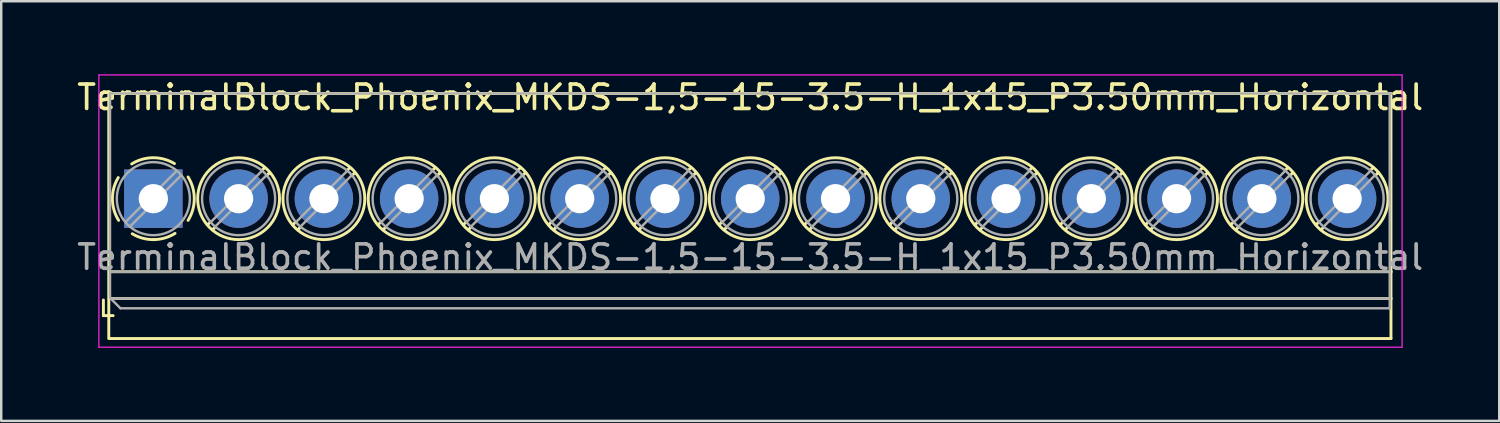
<source format=kicad_pcb>
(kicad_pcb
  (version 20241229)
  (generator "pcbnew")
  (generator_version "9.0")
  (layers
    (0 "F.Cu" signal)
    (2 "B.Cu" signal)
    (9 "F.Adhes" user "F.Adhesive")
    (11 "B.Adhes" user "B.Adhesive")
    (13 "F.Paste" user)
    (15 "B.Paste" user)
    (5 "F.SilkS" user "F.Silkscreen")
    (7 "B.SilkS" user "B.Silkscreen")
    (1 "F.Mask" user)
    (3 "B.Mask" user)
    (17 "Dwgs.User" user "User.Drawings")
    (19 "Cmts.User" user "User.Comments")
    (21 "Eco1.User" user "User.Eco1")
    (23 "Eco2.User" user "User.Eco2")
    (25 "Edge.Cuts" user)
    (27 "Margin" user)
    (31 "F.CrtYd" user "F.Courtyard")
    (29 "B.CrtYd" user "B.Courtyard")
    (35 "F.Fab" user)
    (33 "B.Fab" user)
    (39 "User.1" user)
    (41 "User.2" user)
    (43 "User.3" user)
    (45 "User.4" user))
  (footprint "TerminalBlock_Phoenix_MKDS-1,5-15-3.5-H_1x15_P3.50mm_Horizontal"
    (layer "F.Cu")
    (at 3.244 5.105)
    (property "Reference" "TerminalBlock_Phoenix_MKDS-1,5-15-3.5-H_1x15_P3.50mm_Horizontal" (at 24.5 -4.16 0) (layer "F.SilkS") (effects (font (size 1 1) (thickness 0.15))))
    (attr through_hole)
    (fp_line (start -2.05 4.16) (end -2.05 4.8) (stroke (width 0.12) (type solid)) (layer "F.SilkS"))
    (fp_line (start -2.05 4.8) (end -1.65 4.8) (stroke (width 0.12) (type solid)) (layer "F.SilkS"))
    (fp_line (start -1.829 -4.318) (end -1.829 5.74) (stroke (width 0.12) (type solid)) (layer "F.SilkS"))
    (fp_line (start -1.81 -4.318) (end 50.8 -4.318) (stroke (width 0.12) (type solid)) (layer "F.SilkS"))
    (fp_line (start -1.81 3) (end 50.81 3) (stroke (width 0.12) (type solid)) (layer "F.SilkS"))
    (fp_line (start -1.81 4.1) (end 50.81 4.1) (stroke (width 0.12) (type solid)) (layer "F.SilkS"))
    (fp_line (start -1.81 5.74) (end 50.8 5.74) (stroke (width 0.12) (type solid)) (layer "F.SilkS"))
    (fp_line (start 2.355 0.941) (end 2.226 1.069) (stroke (width 0.12) (type solid)) (layer "F.SilkS"))
    (fp_line (start 2.525 1.181) (end 2.431 1.274) (stroke (width 0.12) (type solid)) (layer "F.SilkS"))
    (fp_line (start 4.57 -1.275) (end 4.476 -1.181) (stroke (width 0.12) (type solid)) (layer "F.SilkS"))
    (fp_line (start 4.775 -1.069) (end 4.646 -0.941) (stroke (width 0.12) (type solid)) (layer "F.SilkS"))
    (fp_line (start 5.855 0.941) (end 5.726 1.069) (stroke (width 0.12) (type solid)) (layer "F.SilkS"))
    (fp_line (start 6.025 1.181) (end 5.931 1.274) (stroke (width 0.12) (type solid)) (layer "F.SilkS"))
    (fp_line (start 8.07 -1.275) (end 7.976 -1.181) (stroke (width 0.12) (type solid)) (layer "F.SilkS"))
    (fp_line (start 8.275 -1.069) (end 8.146 -0.941) (stroke (width 0.12) (type solid)) (layer "F.SilkS"))
    (fp_line (start 9.355 0.941) (end 9.226 1.069) (stroke (width 0.12) (type solid)) (layer "F.SilkS"))
    (fp_line (start 9.525 1.181) (end 9.431 1.274) (stroke (width 0.12) (type solid)) (layer "F.SilkS"))
    (fp_line (start 11.57 -1.275) (end 11.476 -1.181) (stroke (width 0.12) (type solid)) (layer "F.SilkS"))
    (fp_line (start 11.775 -1.069) (end 11.646 -0.941) (stroke (width 0.12) (type solid)) (layer "F.SilkS"))
    (fp_line (start 12.855 0.941) (end 12.726 1.069) (stroke (width 0.12) (type solid)) (layer "F.SilkS"))
    (fp_line (start 13.025 1.181) (end 12.931 1.274) (stroke (width 0.12) (type solid)) (layer "F.SilkS"))
    (fp_line (start 15.07 -1.275) (end 14.976 -1.181) (stroke (width 0.12) (type solid)) (layer "F.SilkS"))
    (fp_line (start 15.275 -1.069) (end 15.146 -0.941) (stroke (width 0.12) (type solid)) (layer "F.SilkS"))
    (fp_line (start 16.355 0.941) (end 16.226 1.069) (stroke (width 0.12) (type solid)) (layer "F.SilkS"))
    (fp_line (start 16.525 1.181) (end 16.431 1.274) (stroke (width 0.12) (type solid)) (layer "F.SilkS"))
    (fp_line (start 18.57 -1.275) (end 18.476 -1.181) (stroke (width 0.12) (type solid)) (layer "F.SilkS"))
    (fp_line (start 18.775 -1.069) (end 18.646 -0.941) (stroke (width 0.12) (type solid)) (layer "F.SilkS"))
    (fp_line (start 19.855 0.941) (end 19.726 1.069) (stroke (width 0.12) (type solid)) (layer "F.SilkS"))
    (fp_line (start 20.025 1.181) (end 19.931 1.274) (stroke (width 0.12) (type solid)) (layer "F.SilkS"))
    (fp_line (start 22.07 -1.275) (end 21.976 -1.181) (stroke (width 0.12) (type solid)) (layer "F.SilkS"))
    (fp_line (start 22.275 -1.069) (end 22.146 -0.941) (stroke (width 0.12) (type solid)) (layer "F.SilkS"))
    (fp_line (start 23.355 0.941) (end 23.226 1.069) (stroke (width 0.12) (type solid)) (layer "F.SilkS"))
    (fp_line (start 23.525 1.181) (end 23.431 1.274) (stroke (width 0.12) (type solid)) (layer "F.SilkS"))
    (fp_line (start 25.57 -1.275) (end 25.476 -1.181) (stroke (width 0.12) (type solid)) (layer "F.SilkS"))
    (fp_line (start 25.775 -1.069) (end 25.646 -0.941) (stroke (width 0.12) (type solid)) (layer "F.SilkS"))
    (fp_line (start 26.855 0.941) (end 26.726 1.069) (stroke (width 0.12) (type solid)) (layer "F.SilkS"))
    (fp_line (start 27.025 1.181) (end 26.931 1.274) (stroke (width 0.12) (type solid)) (layer "F.SilkS"))
    (fp_line (start 29.07 -1.275) (end 28.976 -1.181) (stroke (width 0.12) (type solid)) (layer "F.SilkS"))
    (fp_line (start 29.275 -1.069) (end 29.146 -0.941) (stroke (width 0.12) (type solid)) (layer "F.SilkS"))
    (fp_line (start 30.355 0.941) (end 30.226 1.069) (stroke (width 0.12) (type solid)) (layer "F.SilkS"))
    (fp_line (start 30.525 1.181) (end 30.431 1.274) (stroke (width 0.12) (type solid)) (layer "F.SilkS"))
    (fp_line (start 32.57 -1.275) (end 32.476 -1.181) (stroke (width 0.12) (type solid)) (layer "F.SilkS"))
    (fp_line (start 32.775 -1.069) (end 32.646 -0.941) (stroke (width 0.12) (type solid)) (layer "F.SilkS"))
    (fp_line (start 33.855 0.941) (end 33.726 1.069) (stroke (width 0.12) (type solid)) (layer "F.SilkS"))
    (fp_line (start 34.025 1.181) (end 33.931 1.274) (stroke (width 0.12) (type solid)) (layer "F.SilkS"))
    (fp_line (start 36.07 -1.275) (end 35.976 -1.181) (stroke (width 0.12) (type solid)) (layer "F.SilkS"))
    (fp_line (start 36.275 -1.069) (end 36.146 -0.941) (stroke (width 0.12) (type solid)) (layer "F.SilkS"))
    (fp_line (start 37.355 0.941) (end 37.226 1.069) (stroke (width 0.12) (type solid)) (layer "F.SilkS"))
    (fp_line (start 37.525 1.181) (end 37.431 1.274) (stroke (width 0.12) (type solid)) (layer "F.SilkS"))
    (fp_line (start 39.57 -1.275) (end 39.476 -1.181) (stroke (width 0.12) (type solid)) (layer "F.SilkS"))
    (fp_line (start 39.775 -1.069) (end 39.646 -0.941) (stroke (width 0.12) (type solid)) (layer "F.SilkS"))
    (fp_line (start 40.855 0.941) (end 40.726 1.069) (stroke (width 0.12) (type solid)) (layer "F.SilkS"))
    (fp_line (start 41.025 1.181) (end 40.931 1.274) (stroke (width 0.12) (type solid)) (layer "F.SilkS"))
    (fp_line (start 43.07 -1.275) (end 42.976 -1.181) (stroke (width 0.12) (type solid)) (layer "F.SilkS"))
    (fp_line (start 43.275 -1.069) (end 43.146 -0.941) (stroke (width 0.12) (type solid)) (layer "F.SilkS"))
    (fp_line (start 44.355 0.941) (end 44.226 1.069) (stroke (width 0.12) (type solid)) (layer "F.SilkS"))
    (fp_line (start 44.525 1.181) (end 44.431 1.274) (stroke (width 0.12) (type solid)) (layer "F.SilkS"))
    (fp_line (start 46.57 -1.275) (end 46.476 -1.181) (stroke (width 0.12) (type solid)) (layer "F.SilkS"))
    (fp_line (start 46.775 -1.069) (end 46.646 -0.941) (stroke (width 0.12) (type solid)) (layer "F.SilkS"))
    (fp_line (start 47.855 0.941) (end 47.726 1.069) (stroke (width 0.12) (type solid)) (layer "F.SilkS"))
    (fp_line (start 48.025 1.181) (end 47.931 1.274) (stroke (width 0.12) (type solid)) (layer "F.SilkS"))
    (fp_line (start 50.07 -1.275) (end 49.976 -1.181) (stroke (width 0.12) (type solid)) (layer "F.SilkS"))
    (fp_line (start 50.275 -1.069) (end 50.146 -0.941) (stroke (width 0.12) (type solid)) (layer "F.SilkS"))
    (fp_line (start 50.8 -4.318) (end 50.8 5.74) (stroke (width 0.12) (type solid)) (layer "F.SilkS"))
    (fp_arc (start -1.425358 0.889894) (mid -1.680286 0.014012) (end -1.44 -0.866) (stroke (width 0.12) (type solid)) (layer "F.SilkS"))
    (fp_arc (start -0.889894 -1.425358) (mid -0.014012 -1.680286) (end 0.866 -1.44) (stroke (width 0.12) (type solid)) (layer "F.SilkS"))
    (fp_arc (start 0.028674 1.680099) (mid -0.435535 1.622918) (end -0.866 1.44) (stroke (width 0.12) (type solid)) (layer "F.SilkS"))
    (fp_arc (start 0.890264 1.424721) (mid 0.463071 1.61492) (end 0 1.68) (stroke (width 0.12) (type solid)) (layer "F.SilkS"))
    (fp_arc (start 1.425504 -0.890193) (mid 1.680626 0.000476) (end 1.425 0.891) (stroke (width 0.12) (type solid)) (layer "F.SilkS"))
    (fp_circle (center 3.5 0) (end 5.18 0) (stroke (width 0.12) (type solid)) (fill no) (layer "F.SilkS"))
    (fp_circle (center 7 0) (end 8.68 0) (stroke (width 0.12) (type solid)) (fill no) (layer "F.SilkS"))
    (fp_circle (center 10.5 0) (end 12.18 0) (stroke (width 0.12) (type solid)) (fill no) (layer "F.SilkS"))
    (fp_circle (center 14 0) (end 15.68 0) (stroke (width 0.12) (type solid)) (fill no) (layer "F.SilkS"))
    (fp_circle (center 17.5 0) (end 19.18 0) (stroke (width 0.12) (type solid)) (fill no) (layer "F.SilkS"))
    (fp_circle (center 21 0) (end 22.68 0) (stroke (width 0.12) (type solid)) (fill no) (layer "F.SilkS"))
    (fp_circle (center 24.5 0) (end 26.18 0) (stroke (width 0.12) (type solid)) (fill no) (layer "F.SilkS"))
    (fp_circle (center 28 0) (end 29.68 0) (stroke (width 0.12) (type solid)) (fill no) (layer "F.SilkS"))
    (fp_circle (center 31.5 0) (end 33.18 0) (stroke (width 0.12) (type solid)) (fill no) (layer "F.SilkS"))
    (fp_circle (center 35 0) (end 36.68 0) (stroke (width 0.12) (type solid)) (fill no) (layer "F.SilkS"))
    (fp_circle (center 38.5 0) (end 40.18 0) (stroke (width 0.12) (type solid)) (fill no) (layer "F.SilkS"))
    (fp_circle (center 42 0) (end 43.68 0) (stroke (width 0.12) (type solid)) (fill no) (layer "F.SilkS"))
    (fp_circle (center 45.5 0) (end 47.18 0) (stroke (width 0.12) (type solid)) (fill no) (layer "F.SilkS"))
    (fp_circle (center 49 0) (end 50.68 0) (stroke (width 0.12) (type solid)) (fill no) (layer "F.SilkS"))
    (fp_line (start -2.235 -5.08) (end -2.235 6.096) (stroke (width 0.05) (type solid)) (layer "F.CrtYd"))
    (fp_line (start -2.235 6.096) (end 51.25 6.096) (stroke (width 0.05) (type solid)) (layer "F.CrtYd"))
    (fp_line (start 51.25 -5.08) (end -2.235 -5.08) (stroke (width 0.05) (type solid)) (layer "F.CrtYd"))
    (fp_line (start 51.257 6.096) (end 51.257 -5.08) (stroke (width 0.05) (type solid)) (layer "F.CrtYd"))
    (fp_line (start -1.778 -4.318) (end 50.8 -4.318) (stroke (width 0.1) (type solid)) (layer "F.Fab"))
    (fp_line (start -1.778 4.064) (end -1.778 -4.318) (stroke (width 0.1) (type solid)) (layer "F.Fab"))
    (fp_line (start -1.75 3) (end 50.75 3) (stroke (width 0.1) (type solid)) (layer "F.Fab"))
    (fp_line (start -1.75 4.1) (end 50.75 4.1) (stroke (width 0.1) (type solid)) (layer "F.Fab"))
    (fp_line (start -1.35 4.5) (end -1.75 4.1) (stroke (width 0.1) (type solid)) (layer "F.Fab"))
    (fp_line (start 0.955 -1.138) (end -1.138 0.955) (stroke (width 0.1) (type solid)) (layer "F.Fab"))
    (fp_line (start 1.138 -0.955) (end -0.955 1.138) (stroke (width 0.1) (type solid)) (layer "F.Fab"))
    (fp_line (start 4.455 -1.138) (end 2.363 0.955) (stroke (width 0.1) (type solid)) (layer "F.Fab"))
    (fp_line (start 4.638 -0.955) (end 2.546 1.138) (stroke (width 0.1) (type solid)) (layer "F.Fab"))
    (fp_line (start 7.955 -1.138) (end 5.863 0.955) (stroke (width 0.1) (type solid)) (layer "F.Fab"))
    (fp_line (start 8.138 -0.955) (end 6.046 1.138) (stroke (width 0.1) (type solid)) (layer "F.Fab"))
    (fp_line (start 11.455 -1.138) (end 9.363 0.955) (stroke (width 0.1) (type solid)) (layer "F.Fab"))
    (fp_line (start 11.638 -0.955) (end 9.546 1.138) (stroke (width 0.1) (type solid)) (layer "F.Fab"))
    (fp_line (start 14.955 -1.138) (end 12.863 0.955) (stroke (width 0.1) (type solid)) (layer "F.Fab"))
    (fp_line (start 15.138 -0.955) (end 13.046 1.138) (stroke (width 0.1) (type solid)) (layer "F.Fab"))
    (fp_line (start 18.455 -1.138) (end 16.363 0.955) (stroke (width 0.1) (type solid)) (layer "F.Fab"))
    (fp_line (start 18.638 -0.955) (end 16.546 1.138) (stroke (width 0.1) (type solid)) (layer "F.Fab"))
    (fp_line (start 21.955 -1.138) (end 19.863 0.955) (stroke (width 0.1) (type solid)) (layer "F.Fab"))
    (fp_line (start 22.138 -0.955) (end 20.046 1.138) (stroke (width 0.1) (type solid)) (layer "F.Fab"))
    (fp_line (start 25.455 -1.138) (end 23.363 0.955) (stroke (width 0.1) (type solid)) (layer "F.Fab"))
    (fp_line (start 25.638 -0.955) (end 23.546 1.138) (stroke (width 0.1) (type solid)) (layer "F.Fab"))
    (fp_line (start 28.955 -1.138) (end 26.863 0.955) (stroke (width 0.1) (type solid)) (layer "F.Fab"))
    (fp_line (start 29.138 -0.955) (end 27.046 1.138) (stroke (width 0.1) (type solid)) (layer "F.Fab"))
    (fp_line (start 32.455 -1.138) (end 30.363 0.955) (stroke (width 0.1) (type solid)) (layer "F.Fab"))
    (fp_line (start 32.638 -0.955) (end 30.546 1.138) (stroke (width 0.1) (type solid)) (layer "F.Fab"))
    (fp_line (start 35.955 -1.138) (end 33.863 0.955) (stroke (width 0.1) (type solid)) (layer "F.Fab"))
    (fp_line (start 36.138 -0.955) (end 34.046 1.138) (stroke (width 0.1) (type solid)) (layer "F.Fab"))
    (fp_line (start 39.455 -1.138) (end 37.363 0.955) (stroke (width 0.1) (type solid)) (layer "F.Fab"))
    (fp_line (start 39.638 -0.955) (end 37.546 1.138) (stroke (width 0.1) (type solid)) (layer "F.Fab"))
    (fp_line (start 42.955 -1.138) (end 40.863 0.955) (stroke (width 0.1) (type solid)) (layer "F.Fab"))
    (fp_line (start 43.138 -0.955) (end 41.046 1.138) (stroke (width 0.1) (type solid)) (layer "F.Fab"))
    (fp_line (start 46.455 -1.138) (end 44.363 0.955) (stroke (width 0.1) (type solid)) (layer "F.Fab"))
    (fp_line (start 46.638 -0.955) (end 44.546 1.138) (stroke (width 0.1) (type solid)) (layer "F.Fab"))
    (fp_line (start 49.955 -1.138) (end 47.863 0.955) (stroke (width 0.1) (type solid)) (layer "F.Fab"))
    (fp_line (start 50.138 -0.955) (end 48.046 1.138) (stroke (width 0.1) (type solid)) (layer "F.Fab"))
    (fp_line (start 50.749 -4.318) (end 50.75 4.5) (stroke (width 0.1) (type solid)) (layer "F.Fab"))
    (fp_line (start 50.75 4.5) (end -1.35 4.5) (stroke (width 0.1) (type solid)) (layer "F.Fab"))
    (fp_circle (center 0 0) (end 1.5 0) (stroke (width 0.1) (type solid)) (fill no) (layer "F.Fab"))
    (fp_circle (center 3.5 0) (end 5 0) (stroke (width 0.1) (type solid)) (fill no) (layer "F.Fab"))
    (fp_circle (center 7 0) (end 8.5 0) (stroke (width 0.1) (type solid)) (fill no) (layer "F.Fab"))
    (fp_circle (center 10.5 0) (end 12 0) (stroke (width 0.1) (type solid)) (fill no) (layer "F.Fab"))
    (fp_circle (center 14 0) (end 15.5 0) (stroke (width 0.1) (type solid)) (fill no) (layer "F.Fab"))
    (fp_circle (center 17.5 0) (end 19 0) (stroke (width 0.1) (type solid)) (fill no) (layer "F.Fab"))
    (fp_circle (center 21 0) (end 22.5 0) (stroke (width 0.1) (type solid)) (fill no) (layer "F.Fab"))
    (fp_circle (center 24.5 0) (end 26 0) (stroke (width 0.1) (type solid)) (fill no) (layer "F.Fab"))
    (fp_circle (center 28 0) (end 29.5 0) (stroke (width 0.1) (type solid)) (fill no) (layer "F.Fab"))
    (fp_circle (center 31.5 0) (end 33 0) (stroke (width 0.1) (type solid)) (fill no) (layer "F.Fab"))
    (fp_circle (center 35 0) (end 36.5 0) (stroke (width 0.1) (type solid)) (fill no) (layer "F.Fab"))
    (fp_circle (center 38.5 0) (end 40 0) (stroke (width 0.1) (type solid)) (fill no) (layer "F.Fab"))
    (fp_circle (center 42 0) (end 43.5 0) (stroke (width 0.1) (type solid)) (fill no) (layer "F.Fab"))
    (fp_circle (center 45.5 0) (end 47 0) (stroke (width 0.1) (type solid)) (fill no) (layer "F.Fab"))
    (fp_circle (center 49 0) (end 50.5 0) (stroke (width 0.1) (type solid)) (fill no) (layer "F.Fab"))
    (fp_text user "${REFERENCE}" (at 24.5 2.4 0) (layer "F.Fab") (effects (font (size 1 1) (thickness 0.15))))
    (pad "1" thru_hole rect (at 0 0) (size 2.4 2.4) (drill 1.2) (layers "*.Cu" "*.Mask"))
    (pad "2" thru_hole circle (at 3.5 0) (size 2.4 2.4) (drill 1.2) (layers "*.Cu" "*.Mask"))
    (pad "3" thru_hole circle (at 7 0) (size 2.4 2.4) (drill 1.2) (layers "*.Cu" "*.Mask"))
    (pad "4" thru_hole circle (at 10.5 0) (size 2.4 2.4) (drill 1.2) (layers "*.Cu" "*.Mask"))
    (pad "5" thru_hole circle (at 14 0) (size 2.4 2.4) (drill 1.2) (layers "*.Cu" "*.Mask"))
    (pad "6" thru_hole circle (at 17.5 0) (size 2.4 2.4) (drill 1.2) (layers "*.Cu" "*.Mask"))
    (pad "7" thru_hole circle (at 21 0) (size 2.4 2.4) (drill 1.2) (layers "*.Cu" "*.Mask"))
    (pad "8" thru_hole circle (at 24.5 0) (size 2.4 2.4) (drill 1.2) (layers "*.Cu" "*.Mask"))
    (pad "9" thru_hole circle (at 28 0) (size 2.4 2.4) (drill 1.2) (layers "*.Cu" "*.Mask"))
    (pad "10" thru_hole circle (at 31.5 0) (size 2.4 2.4) (drill 1.2) (layers "*.Cu" "*.Mask"))
    (pad "11" thru_hole circle (at 35 0) (size 2.4 2.4) (drill 1.2) (layers "*.Cu" "*.Mask"))
    (pad "12" thru_hole circle (at 38.5 0) (size 2.4 2.4) (drill 1.2) (layers "*.Cu" "*.Mask"))
    (pad "13" thru_hole circle (at 42 0) (size 2.4 2.4) (drill 1.2) (layers "*.Cu" "*.Mask"))
    (pad "14" thru_hole circle (at 45.5 0) (size 2.4 2.4) (drill 1.2) (layers "*.Cu" "*.Mask"))
    (pad "15" thru_hole circle (at 49 0) (size 2.4 2.4) (drill 1.2) (layers "*.Cu" "*.Mask")))
  (gr_rect
    (start -3 -3)
    (end 58.488 14.226)
    (stroke (width 0.1) (type default))
    (fill no)
    (layer "Edge.Cuts")))
</source>
